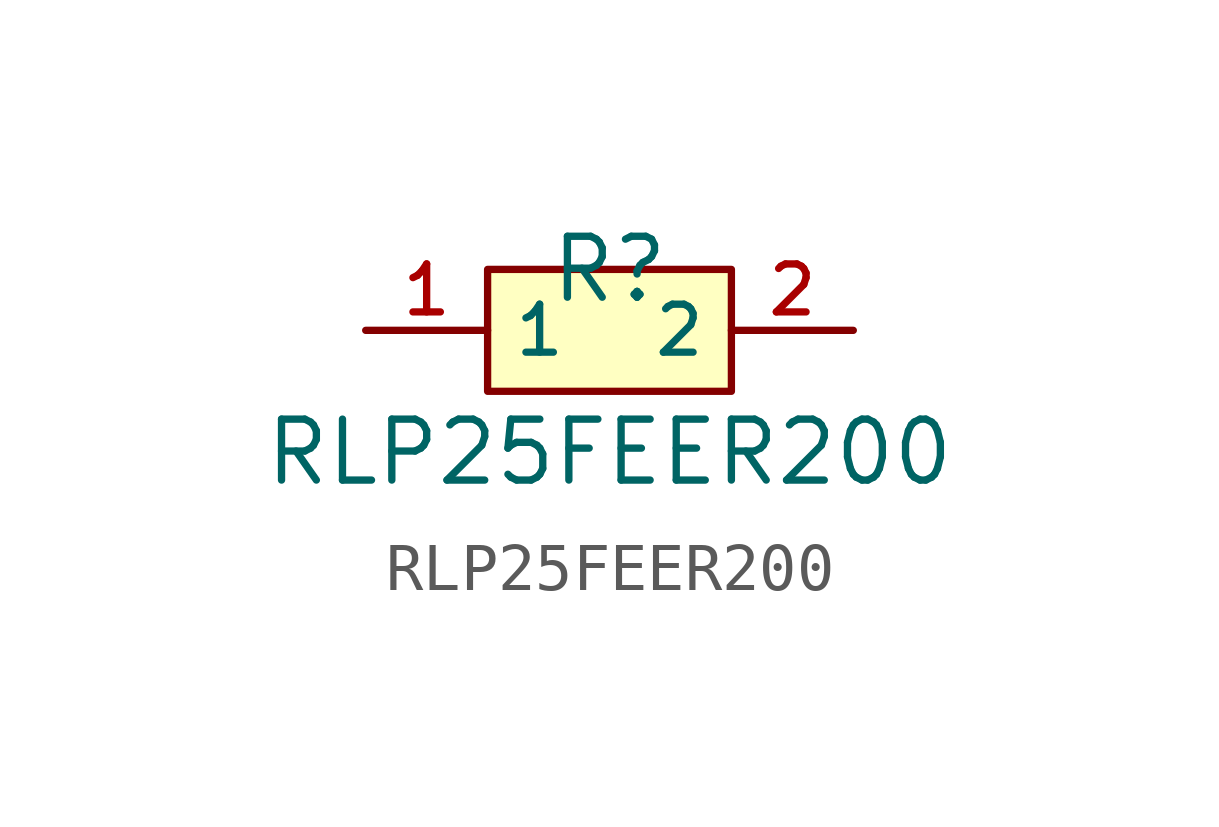
<source format=kicad_sym>
(kicad_symbol_lib
  (version 20210201)
  (generator TousstNicolas/JLC2KiCad_lib)
  (symbol "RLP25FEER200"
    (property "Reference" "R"
      (at 0 1.27 0)
      (effects (font (size 1.27 1.27))))
    (property "Value" "RLP25FEER200"
      (at 0 -2.54 0)
      (effects (font (size 1.27 1.27))))
    (symbol "RLP25FEER200_0_1"
      (pin unspecified line (at -5.08 -0.0 0) (length 2.54) (name "1" (effects (font (size 1 1)))) (number "1" (effects (font (size 1 1)))))
      (pin unspecified line (at 5.08 -0.0 180) (length 2.54) (name "2" (effects (font (size 1 1)))) (number "2" (effects (font (size 1 1)))))
      (rectangle (start -2.54 1.27) (end 2.54 -1.27) (stroke (width 0) (type default) (color 0 0 0 0)) (fill (type background))))))
</source>
